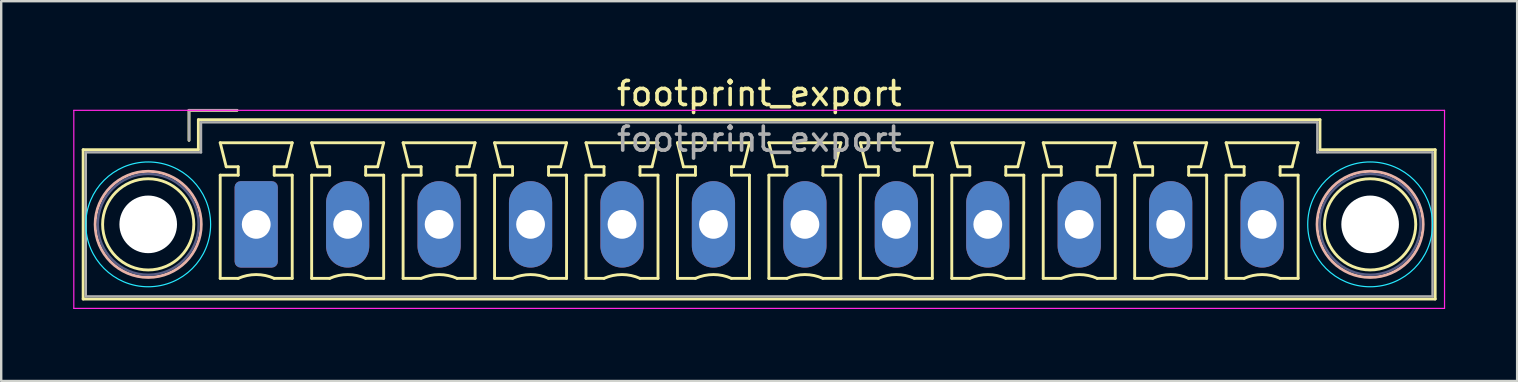
<source format=kicad_pcb>
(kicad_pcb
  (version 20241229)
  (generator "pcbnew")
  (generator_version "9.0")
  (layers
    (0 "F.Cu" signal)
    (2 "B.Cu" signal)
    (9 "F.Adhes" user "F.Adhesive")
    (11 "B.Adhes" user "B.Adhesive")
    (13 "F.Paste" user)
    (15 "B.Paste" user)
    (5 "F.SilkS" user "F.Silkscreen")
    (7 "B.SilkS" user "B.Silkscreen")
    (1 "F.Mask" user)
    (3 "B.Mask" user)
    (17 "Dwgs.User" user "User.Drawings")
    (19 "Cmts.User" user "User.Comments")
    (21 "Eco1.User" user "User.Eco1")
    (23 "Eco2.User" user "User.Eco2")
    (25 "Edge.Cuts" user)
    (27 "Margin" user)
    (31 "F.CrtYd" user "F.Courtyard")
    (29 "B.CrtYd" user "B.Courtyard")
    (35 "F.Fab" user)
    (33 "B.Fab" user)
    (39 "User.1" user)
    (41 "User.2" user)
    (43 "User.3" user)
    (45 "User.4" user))
  (footprint "footprint_export"
    (layer "F.Cu")
    (at 7.625 6.298)
    (property "Reference" "footprint_export" (at 20.96 -5.45 0) (layer "F.SilkS") (effects (font (size 1 1) (thickness 0.15))))
    (attr through_hole)
    (fp_line (start -7.21 -3.11) (end -7.21 3.11) (stroke (width 0.12) (type solid)) (layer "F.SilkS"))
    (fp_line (start -7.21 3.11) (end 49.12 3.11) (stroke (width 0.12) (type solid)) (layer "F.SilkS"))
    (fp_line (start -2.8 -4.75) (end -0.8 -4.75) (stroke (width 0.12) (type solid)) (layer "F.SilkS"))
    (fp_line (start -2.8 -3.5) (end -2.8 -4.75) (stroke (width 0.12) (type solid)) (layer "F.SilkS"))
    (fp_line (start -2.41 -4.36) (end -2.41 -3.11) (stroke (width 0.12) (type solid)) (layer "F.SilkS"))
    (fp_line (start -2.41 -3.11) (end -7.21 -3.11) (stroke (width 0.12) (type solid)) (layer "F.SilkS"))
    (fp_line (start -1.5 -3.4) (end 1.5 -3.4) (stroke (width 0.12) (type solid)) (layer "F.SilkS"))
    (fp_line (start -1.5 -2.05) (end -0.75 -2.05) (stroke (width 0.12) (type solid)) (layer "F.SilkS"))
    (fp_line (start -1.5 2.25) (end -1.5 -2.05) (stroke (width 0.12) (type solid)) (layer "F.SilkS"))
    (fp_line (start -1.25 -2.4) (end -1.5 -3.4) (stroke (width 0.12) (type solid)) (layer "F.SilkS"))
    (fp_line (start -0.75 -2.4) (end -1.25 -2.4) (stroke (width 0.12) (type solid)) (layer "F.SilkS"))
    (fp_line (start -0.75 -2.05) (end -0.75 -2.4) (stroke (width 0.12) (type solid)) (layer "F.SilkS"))
    (fp_line (start -0.75 2.25) (end -1.5 2.25) (stroke (width 0.12) (type solid)) (layer "F.SilkS"))
    (fp_line (start 0.75 -2.4) (end 0.75 -2.05) (stroke (width 0.12) (type solid)) (layer "F.SilkS"))
    (fp_line (start 0.75 -2.05) (end 1.5 -2.05) (stroke (width 0.12) (type solid)) (layer "F.SilkS"))
    (fp_line (start 1.25 -2.4) (end 0.75 -2.4) (stroke (width 0.12) (type solid)) (layer "F.SilkS"))
    (fp_line (start 1.5 -3.4) (end 1.25 -2.4) (stroke (width 0.12) (type solid)) (layer "F.SilkS"))
    (fp_line (start 1.5 -2.05) (end 1.5 2.25) (stroke (width 0.12) (type solid)) (layer "F.SilkS"))
    (fp_line (start 1.5 2.25) (end 0.75 2.25) (stroke (width 0.12) (type solid)) (layer "F.SilkS"))
    (fp_line (start 2.31 -3.4) (end 5.31 -3.4) (stroke (width 0.12) (type solid)) (layer "F.SilkS"))
    (fp_line (start 2.31 -2.05) (end 3.06 -2.05) (stroke (width 0.12) (type solid)) (layer "F.SilkS"))
    (fp_line (start 2.31 2.25) (end 2.31 -2.05) (stroke (width 0.12) (type solid)) (layer "F.SilkS"))
    (fp_line (start 2.56 -2.4) (end 2.31 -3.4) (stroke (width 0.12) (type solid)) (layer "F.SilkS"))
    (fp_line (start 3.06 -2.4) (end 2.56 -2.4) (stroke (width 0.12) (type solid)) (layer "F.SilkS"))
    (fp_line (start 3.06 -2.05) (end 3.06 -2.4) (stroke (width 0.12) (type solid)) (layer "F.SilkS"))
    (fp_line (start 3.06 2.25) (end 2.31 2.25) (stroke (width 0.12) (type solid)) (layer "F.SilkS"))
    (fp_line (start 4.56 -2.4) (end 4.56 -2.05) (stroke (width 0.12) (type solid)) (layer "F.SilkS"))
    (fp_line (start 4.56 -2.05) (end 5.31 -2.05) (stroke (width 0.12) (type solid)) (layer "F.SilkS"))
    (fp_line (start 5.06 -2.4) (end 4.56 -2.4) (stroke (width 0.12) (type solid)) (layer "F.SilkS"))
    (fp_line (start 5.31 -3.4) (end 5.06 -2.4) (stroke (width 0.12) (type solid)) (layer "F.SilkS"))
    (fp_line (start 5.31 -2.05) (end 5.31 2.25) (stroke (width 0.12) (type solid)) (layer "F.SilkS"))
    (fp_line (start 5.31 2.25) (end 4.56 2.25) (stroke (width 0.12) (type solid)) (layer "F.SilkS"))
    (fp_line (start 6.12 -3.4) (end 9.12 -3.4) (stroke (width 0.12) (type solid)) (layer "F.SilkS"))
    (fp_line (start 6.12 -2.05) (end 6.87 -2.05) (stroke (width 0.12) (type solid)) (layer "F.SilkS"))
    (fp_line (start 6.12 2.25) (end 6.12 -2.05) (stroke (width 0.12) (type solid)) (layer "F.SilkS"))
    (fp_line (start 6.37 -2.4) (end 6.12 -3.4) (stroke (width 0.12) (type solid)) (layer "F.SilkS"))
    (fp_line (start 6.87 -2.4) (end 6.37 -2.4) (stroke (width 0.12) (type solid)) (layer "F.SilkS"))
    (fp_line (start 6.87 -2.05) (end 6.87 -2.4) (stroke (width 0.12) (type solid)) (layer "F.SilkS"))
    (fp_line (start 6.87 2.25) (end 6.12 2.25) (stroke (width 0.12) (type solid)) (layer "F.SilkS"))
    (fp_line (start 8.37 -2.4) (end 8.37 -2.05) (stroke (width 0.12) (type solid)) (layer "F.SilkS"))
    (fp_line (start 8.37 -2.05) (end 9.12 -2.05) (stroke (width 0.12) (type solid)) (layer "F.SilkS"))
    (fp_line (start 8.87 -2.4) (end 8.37 -2.4) (stroke (width 0.12) (type solid)) (layer "F.SilkS"))
    (fp_line (start 9.12 -3.4) (end 8.87 -2.4) (stroke (width 0.12) (type solid)) (layer "F.SilkS"))
    (fp_line (start 9.12 -2.05) (end 9.12 2.25) (stroke (width 0.12) (type solid)) (layer "F.SilkS"))
    (fp_line (start 9.12 2.25) (end 8.37 2.25) (stroke (width 0.12) (type solid)) (layer "F.SilkS"))
    (fp_line (start 9.93 -3.4) (end 12.93 -3.4) (stroke (width 0.12) (type solid)) (layer "F.SilkS"))
    (fp_line (start 9.93 -2.05) (end 10.68 -2.05) (stroke (width 0.12) (type solid)) (layer "F.SilkS"))
    (fp_line (start 9.93 2.25) (end 9.93 -2.05) (stroke (width 0.12) (type solid)) (layer "F.SilkS"))
    (fp_line (start 10.18 -2.4) (end 9.93 -3.4) (stroke (width 0.12) (type solid)) (layer "F.SilkS"))
    (fp_line (start 10.68 -2.4) (end 10.18 -2.4) (stroke (width 0.12) (type solid)) (layer "F.SilkS"))
    (fp_line (start 10.68 -2.05) (end 10.68 -2.4) (stroke (width 0.12) (type solid)) (layer "F.SilkS"))
    (fp_line (start 10.68 2.25) (end 9.93 2.25) (stroke (width 0.12) (type solid)) (layer "F.SilkS"))
    (fp_line (start 12.18 -2.4) (end 12.18 -2.05) (stroke (width 0.12) (type solid)) (layer "F.SilkS"))
    (fp_line (start 12.18 -2.05) (end 12.93 -2.05) (stroke (width 0.12) (type solid)) (layer "F.SilkS"))
    (fp_line (start 12.68 -2.4) (end 12.18 -2.4) (stroke (width 0.12) (type solid)) (layer "F.SilkS"))
    (fp_line (start 12.93 -3.4) (end 12.68 -2.4) (stroke (width 0.12) (type solid)) (layer "F.SilkS"))
    (fp_line (start 12.93 -2.05) (end 12.93 2.25) (stroke (width 0.12) (type solid)) (layer "F.SilkS"))
    (fp_line (start 12.93 2.25) (end 12.18 2.25) (stroke (width 0.12) (type solid)) (layer "F.SilkS"))
    (fp_line (start 13.74 -3.4) (end 16.74 -3.4) (stroke (width 0.12) (type solid)) (layer "F.SilkS"))
    (fp_line (start 13.74 -2.05) (end 14.49 -2.05) (stroke (width 0.12) (type solid)) (layer "F.SilkS"))
    (fp_line (start 13.74 2.25) (end 13.74 -2.05) (stroke (width 0.12) (type solid)) (layer "F.SilkS"))
    (fp_line (start 13.99 -2.4) (end 13.74 -3.4) (stroke (width 0.12) (type solid)) (layer "F.SilkS"))
    (fp_line (start 14.49 -2.4) (end 13.99 -2.4) (stroke (width 0.12) (type solid)) (layer "F.SilkS"))
    (fp_line (start 14.49 -2.05) (end 14.49 -2.4) (stroke (width 0.12) (type solid)) (layer "F.SilkS"))
    (fp_line (start 14.49 2.25) (end 13.74 2.25) (stroke (width 0.12) (type solid)) (layer "F.SilkS"))
    (fp_line (start 15.99 -2.4) (end 15.99 -2.05) (stroke (width 0.12) (type solid)) (layer "F.SilkS"))
    (fp_line (start 15.99 -2.05) (end 16.74 -2.05) (stroke (width 0.12) (type solid)) (layer "F.SilkS"))
    (fp_line (start 16.49 -2.4) (end 15.99 -2.4) (stroke (width 0.12) (type solid)) (layer "F.SilkS"))
    (fp_line (start 16.74 -3.4) (end 16.49 -2.4) (stroke (width 0.12) (type solid)) (layer "F.SilkS"))
    (fp_line (start 16.74 -2.05) (end 16.74 2.25) (stroke (width 0.12) (type solid)) (layer "F.SilkS"))
    (fp_line (start 16.74 2.25) (end 15.99 2.25) (stroke (width 0.12) (type solid)) (layer "F.SilkS"))
    (fp_line (start 17.55 -3.4) (end 20.55 -3.4) (stroke (width 0.12) (type solid)) (layer "F.SilkS"))
    (fp_line (start 17.55 -2.05) (end 18.3 -2.05) (stroke (width 0.12) (type solid)) (layer "F.SilkS"))
    (fp_line (start 17.55 2.25) (end 17.55 -2.05) (stroke (width 0.12) (type solid)) (layer "F.SilkS"))
    (fp_line (start 17.8 -2.4) (end 17.55 -3.4) (stroke (width 0.12) (type solid)) (layer "F.SilkS"))
    (fp_line (start 18.3 -2.4) (end 17.8 -2.4) (stroke (width 0.12) (type solid)) (layer "F.SilkS"))
    (fp_line (start 18.3 -2.05) (end 18.3 -2.4) (stroke (width 0.12) (type solid)) (layer "F.SilkS"))
    (fp_line (start 18.3 2.25) (end 17.55 2.25) (stroke (width 0.12) (type solid)) (layer "F.SilkS"))
    (fp_line (start 19.8 -2.4) (end 19.8 -2.05) (stroke (width 0.12) (type solid)) (layer "F.SilkS"))
    (fp_line (start 19.8 -2.05) (end 20.55 -2.05) (stroke (width 0.12) (type solid)) (layer "F.SilkS"))
    (fp_line (start 20.3 -2.4) (end 19.8 -2.4) (stroke (width 0.12) (type solid)) (layer "F.SilkS"))
    (fp_line (start 20.55 -3.4) (end 20.3 -2.4) (stroke (width 0.12) (type solid)) (layer "F.SilkS"))
    (fp_line (start 20.55 -2.05) (end 20.55 2.25) (stroke (width 0.12) (type solid)) (layer "F.SilkS"))
    (fp_line (start 20.55 2.25) (end 19.8 2.25) (stroke (width 0.12) (type solid)) (layer "F.SilkS"))
    (fp_line (start 21.36 -3.4) (end 24.36 -3.4) (stroke (width 0.12) (type solid)) (layer "F.SilkS"))
    (fp_line (start 21.36 -2.05) (end 22.11 -2.05) (stroke (width 0.12) (type solid)) (layer "F.SilkS"))
    (fp_line (start 21.36 2.25) (end 21.36 -2.05) (stroke (width 0.12) (type solid)) (layer "F.SilkS"))
    (fp_line (start 21.61 -2.4) (end 21.36 -3.4) (stroke (width 0.12) (type solid)) (layer "F.SilkS"))
    (fp_line (start 22.11 -2.4) (end 21.61 -2.4) (stroke (width 0.12) (type solid)) (layer "F.SilkS"))
    (fp_line (start 22.11 -2.05) (end 22.11 -2.4) (stroke (width 0.12) (type solid)) (layer "F.SilkS"))
    (fp_line (start 22.11 2.25) (end 21.36 2.25) (stroke (width 0.12) (type solid)) (layer "F.SilkS"))
    (fp_line (start 23.61 -2.4) (end 23.61 -2.05) (stroke (width 0.12) (type solid)) (layer "F.SilkS"))
    (fp_line (start 23.61 -2.05) (end 24.36 -2.05) (stroke (width 0.12) (type solid)) (layer "F.SilkS"))
    (fp_line (start 24.11 -2.4) (end 23.61 -2.4) (stroke (width 0.12) (type solid)) (layer "F.SilkS"))
    (fp_line (start 24.36 -3.4) (end 24.11 -2.4) (stroke (width 0.12) (type solid)) (layer "F.SilkS"))
    (fp_line (start 24.36 -2.05) (end 24.36 2.25) (stroke (width 0.12) (type solid)) (layer "F.SilkS"))
    (fp_line (start 24.36 2.25) (end 23.61 2.25) (stroke (width 0.12) (type solid)) (layer "F.SilkS"))
    (fp_line (start 25.17 -3.4) (end 28.17 -3.4) (stroke (width 0.12) (type solid)) (layer "F.SilkS"))
    (fp_line (start 25.17 -2.05) (end 25.92 -2.05) (stroke (width 0.12) (type solid)) (layer "F.SilkS"))
    (fp_line (start 25.17 2.25) (end 25.17 -2.05) (stroke (width 0.12) (type solid)) (layer "F.SilkS"))
    (fp_line (start 25.42 -2.4) (end 25.17 -3.4) (stroke (width 0.12) (type solid)) (layer "F.SilkS"))
    (fp_line (start 25.92 -2.4) (end 25.42 -2.4) (stroke (width 0.12) (type solid)) (layer "F.SilkS"))
    (fp_line (start 25.92 -2.05) (end 25.92 -2.4) (stroke (width 0.12) (type solid)) (layer "F.SilkS"))
    (fp_line (start 25.92 2.25) (end 25.17 2.25) (stroke (width 0.12) (type solid)) (layer "F.SilkS"))
    (fp_line (start 27.42 -2.4) (end 27.42 -2.05) (stroke (width 0.12) (type solid)) (layer "F.SilkS"))
    (fp_line (start 27.42 -2.05) (end 28.17 -2.05) (stroke (width 0.12) (type solid)) (layer "F.SilkS"))
    (fp_line (start 27.92 -2.4) (end 27.42 -2.4) (stroke (width 0.12) (type solid)) (layer "F.SilkS"))
    (fp_line (start 28.17 -3.4) (end 27.92 -2.4) (stroke (width 0.12) (type solid)) (layer "F.SilkS"))
    (fp_line (start 28.17 -2.05) (end 28.17 2.25) (stroke (width 0.12) (type solid)) (layer "F.SilkS"))
    (fp_line (start 28.17 2.25) (end 27.42 2.25) (stroke (width 0.12) (type solid)) (layer "F.SilkS"))
    (fp_line (start 28.98 -3.4) (end 31.98 -3.4) (stroke (width 0.12) (type solid)) (layer "F.SilkS"))
    (fp_line (start 28.98 -2.05) (end 29.73 -2.05) (stroke (width 0.12) (type solid)) (layer "F.SilkS"))
    (fp_line (start 28.98 2.25) (end 28.98 -2.05) (stroke (width 0.12) (type solid)) (layer "F.SilkS"))
    (fp_line (start 29.23 -2.4) (end 28.98 -3.4) (stroke (width 0.12) (type solid)) (layer "F.SilkS"))
    (fp_line (start 29.73 -2.4) (end 29.23 -2.4) (stroke (width 0.12) (type solid)) (layer "F.SilkS"))
    (fp_line (start 29.73 -2.05) (end 29.73 -2.4) (stroke (width 0.12) (type solid)) (layer "F.SilkS"))
    (fp_line (start 29.73 2.25) (end 28.98 2.25) (stroke (width 0.12) (type solid)) (layer "F.SilkS"))
    (fp_line (start 31.23 -2.4) (end 31.23 -2.05) (stroke (width 0.12) (type solid)) (layer "F.SilkS"))
    (fp_line (start 31.23 -2.05) (end 31.98 -2.05) (stroke (width 0.12) (type solid)) (layer "F.SilkS"))
    (fp_line (start 31.73 -2.4) (end 31.23 -2.4) (stroke (width 0.12) (type solid)) (layer "F.SilkS"))
    (fp_line (start 31.98 -3.4) (end 31.73 -2.4) (stroke (width 0.12) (type solid)) (layer "F.SilkS"))
    (fp_line (start 31.98 -2.05) (end 31.98 2.25) (stroke (width 0.12) (type solid)) (layer "F.SilkS"))
    (fp_line (start 31.98 2.25) (end 31.23 2.25) (stroke (width 0.12) (type solid)) (layer "F.SilkS"))
    (fp_line (start 32.79 -3.4) (end 35.79 -3.4) (stroke (width 0.12) (type solid)) (layer "F.SilkS"))
    (fp_line (start 32.79 -2.05) (end 33.54 -2.05) (stroke (width 0.12) (type solid)) (layer "F.SilkS"))
    (fp_line (start 32.79 2.25) (end 32.79 -2.05) (stroke (width 0.12) (type solid)) (layer "F.SilkS"))
    (fp_line (start 33.04 -2.4) (end 32.79 -3.4) (stroke (width 0.12) (type solid)) (layer "F.SilkS"))
    (fp_line (start 33.54 -2.4) (end 33.04 -2.4) (stroke (width 0.12) (type solid)) (layer "F.SilkS"))
    (fp_line (start 33.54 -2.05) (end 33.54 -2.4) (stroke (width 0.12) (type solid)) (layer "F.SilkS"))
    (fp_line (start 33.54 2.25) (end 32.79 2.25) (stroke (width 0.12) (type solid)) (layer "F.SilkS"))
    (fp_line (start 35.04 -2.4) (end 35.04 -2.05) (stroke (width 0.12) (type solid)) (layer "F.SilkS"))
    (fp_line (start 35.04 -2.05) (end 35.79 -2.05) (stroke (width 0.12) (type solid)) (layer "F.SilkS"))
    (fp_line (start 35.54 -2.4) (end 35.04 -2.4) (stroke (width 0.12) (type solid)) (layer "F.SilkS"))
    (fp_line (start 35.79 -3.4) (end 35.54 -2.4) (stroke (width 0.12) (type solid)) (layer "F.SilkS"))
    (fp_line (start 35.79 -2.05) (end 35.79 2.25) (stroke (width 0.12) (type solid)) (layer "F.SilkS"))
    (fp_line (start 35.79 2.25) (end 35.04 2.25) (stroke (width 0.12) (type solid)) (layer "F.SilkS"))
    (fp_line (start 36.6 -3.4) (end 39.6 -3.4) (stroke (width 0.12) (type solid)) (layer "F.SilkS"))
    (fp_line (start 36.6 -2.05) (end 37.35 -2.05) (stroke (width 0.12) (type solid)) (layer "F.SilkS"))
    (fp_line (start 36.6 2.25) (end 36.6 -2.05) (stroke (width 0.12) (type solid)) (layer "F.SilkS"))
    (fp_line (start 36.85 -2.4) (end 36.6 -3.4) (stroke (width 0.12) (type solid)) (layer "F.SilkS"))
    (fp_line (start 37.35 -2.4) (end 36.85 -2.4) (stroke (width 0.12) (type solid)) (layer "F.SilkS"))
    (fp_line (start 37.35 -2.05) (end 37.35 -2.4) (stroke (width 0.12) (type solid)) (layer "F.SilkS"))
    (fp_line (start 37.35 2.25) (end 36.6 2.25) (stroke (width 0.12) (type solid)) (layer "F.SilkS"))
    (fp_line (start 38.85 -2.4) (end 38.85 -2.05) (stroke (width 0.12) (type solid)) (layer "F.SilkS"))
    (fp_line (start 38.85 -2.05) (end 39.6 -2.05) (stroke (width 0.12) (type solid)) (layer "F.SilkS"))
    (fp_line (start 39.35 -2.4) (end 38.85 -2.4) (stroke (width 0.12) (type solid)) (layer "F.SilkS"))
    (fp_line (start 39.6 -3.4) (end 39.35 -2.4) (stroke (width 0.12) (type solid)) (layer "F.SilkS"))
    (fp_line (start 39.6 -2.05) (end 39.6 2.25) (stroke (width 0.12) (type solid)) (layer "F.SilkS"))
    (fp_line (start 39.6 2.25) (end 38.85 2.25) (stroke (width 0.12) (type solid)) (layer "F.SilkS"))
    (fp_line (start 40.41 -3.4) (end 43.41 -3.4) (stroke (width 0.12) (type solid)) (layer "F.SilkS"))
    (fp_line (start 40.41 -2.05) (end 41.16 -2.05) (stroke (width 0.12) (type solid)) (layer "F.SilkS"))
    (fp_line (start 40.41 2.25) (end 40.41 -2.05) (stroke (width 0.12) (type solid)) (layer "F.SilkS"))
    (fp_line (start 40.66 -2.4) (end 40.41 -3.4) (stroke (width 0.12) (type solid)) (layer "F.SilkS"))
    (fp_line (start 41.16 -2.4) (end 40.66 -2.4) (stroke (width 0.12) (type solid)) (layer "F.SilkS"))
    (fp_line (start 41.16 -2.05) (end 41.16 -2.4) (stroke (width 0.12) (type solid)) (layer "F.SilkS"))
    (fp_line (start 41.16 2.25) (end 40.41 2.25) (stroke (width 0.12) (type solid)) (layer "F.SilkS"))
    (fp_line (start 42.66 -2.4) (end 42.66 -2.05) (stroke (width 0.12) (type solid)) (layer "F.SilkS"))
    (fp_line (start 42.66 -2.05) (end 43.41 -2.05) (stroke (width 0.12) (type solid)) (layer "F.SilkS"))
    (fp_line (start 43.16 -2.4) (end 42.66 -2.4) (stroke (width 0.12) (type solid)) (layer "F.SilkS"))
    (fp_line (start 43.41 -3.4) (end 43.16 -2.4) (stroke (width 0.12) (type solid)) (layer "F.SilkS"))
    (fp_line (start 43.41 -2.05) (end 43.41 2.25) (stroke (width 0.12) (type solid)) (layer "F.SilkS"))
    (fp_line (start 43.41 2.25) (end 42.66 2.25) (stroke (width 0.12) (type solid)) (layer "F.SilkS"))
    (fp_line (start 44.32 -4.36) (end -2.41 -4.36) (stroke (width 0.12) (type solid)) (layer "F.SilkS"))
    (fp_line (start 44.32 -3.11) (end 44.32 -4.36) (stroke (width 0.12) (type solid)) (layer "F.SilkS"))
    (fp_line (start 49.12 -3.11) (end 44.32 -3.11) (stroke (width 0.12) (type solid)) (layer "F.SilkS"))
    (fp_line (start 49.12 3.11) (end 49.12 -3.11) (stroke (width 0.12) (type solid)) (layer "F.SilkS"))
    (fp_arc (start -0.75 2.25) (mid -0.000193 2.09191) (end 0.749647 2.249844) (stroke (width 0.12) (type solid)) (layer "F.SilkS"))
    (fp_arc (start 3.06 2.25) (mid 3.809807 2.09191) (end 4.559647 2.249844) (stroke (width 0.12) (type solid)) (layer "F.SilkS"))
    (fp_arc (start 6.87 2.25) (mid 7.619807 2.09191) (end 8.369647 2.249844) (stroke (width 0.12) (type solid)) (layer "F.SilkS"))
    (fp_arc (start 10.68 2.25) (mid 11.429807 2.09191) (end 12.179647 2.249844) (stroke (width 0.12) (type solid)) (layer "F.SilkS"))
    (fp_arc (start 14.49 2.25) (mid 15.239807 2.09191) (end 15.989647 2.249844) (stroke (width 0.12) (type solid)) (layer "F.SilkS"))
    (fp_arc (start 18.3 2.25) (mid 19.049807 2.09191) (end 19.799647 2.249844) (stroke (width 0.12) (type solid)) (layer "F.SilkS"))
    (fp_arc (start 22.11 2.25) (mid 22.859807 2.09191) (end 23.609647 2.249844) (stroke (width 0.12) (type solid)) (layer "F.SilkS"))
    (fp_arc (start 25.92 2.25) (mid 26.669807 2.09191) (end 27.419647 2.249844) (stroke (width 0.12) (type solid)) (layer "F.SilkS"))
    (fp_arc (start 29.73 2.25) (mid 30.479807 2.09191) (end 31.229647 2.249844) (stroke (width 0.12) (type solid)) (layer "F.SilkS"))
    (fp_arc (start 33.54 2.25) (mid 34.289807 2.09191) (end 35.039647 2.249844) (stroke (width 0.12) (type solid)) (layer "F.SilkS"))
    (fp_arc (start 37.35 2.25) (mid 38.099807 2.09191) (end 38.849647 2.249844) (stroke (width 0.12) (type solid)) (layer "F.SilkS"))
    (fp_arc (start 41.16 2.25) (mid 41.909807 2.09191) (end 42.659647 2.249844) (stroke (width 0.12) (type solid)) (layer "F.SilkS"))
    (fp_circle (center -4.5 0) (end -2.6 0) (stroke (width 0.12) (type solid)) (fill no) (layer "F.SilkS"))
    (fp_circle (center 46.41 0) (end 48.31 0) (stroke (width 0.12) (type solid)) (fill no) (layer "F.SilkS"))
    (fp_circle (center -4.5 0) (end -2.29 0) (stroke (width 0.12) (type solid)) (fill no) (layer "B.SilkS"))
    (fp_circle (center 46.41 0) (end 48.62 0) (stroke (width 0.12) (type solid)) (fill no) (layer "B.SilkS"))
    (fp_circle (center -4.5 0) (end -1.9 0) (stroke (width 0.05) (type solid)) (fill no) (layer "B.CrtYd"))
    (fp_circle (center 46.41 0) (end 49.01 0) (stroke (width 0.05) (type solid)) (fill no) (layer "B.CrtYd"))
    (fp_line (start -7.6 -4.75) (end -7.6 3.5) (stroke (width 0.05) (type solid)) (layer "F.CrtYd"))
    (fp_line (start -7.6 3.5) (end 49.51 3.5) (stroke (width 0.05) (type solid)) (layer "F.CrtYd"))
    (fp_line (start 49.51 -4.75) (end -7.6 -4.75) (stroke (width 0.05) (type solid)) (layer "F.CrtYd"))
    (fp_line (start 49.51 3.5) (end 49.51 -4.75) (stroke (width 0.05) (type solid)) (layer "F.CrtYd"))
    (fp_circle (center -4.5 0) (end -2.4 0) (stroke (width 0.1) (type solid)) (fill no) (layer "B.Fab"))
    (fp_circle (center 46.41 0) (end 48.51 0) (stroke (width 0.1) (type solid)) (fill no) (layer "B.Fab"))
    (fp_line (start -7.1 -3) (end -7.1 3) (stroke (width 0.1) (type solid)) (layer "F.Fab"))
    (fp_line (start -7.1 3) (end 49.01 3) (stroke (width 0.1) (type solid)) (layer "F.Fab"))
    (fp_line (start -2.8 -4.75) (end -0.8 -4.75) (stroke (width 0.1) (type solid)) (layer "F.Fab"))
    (fp_line (start -2.8 -3.5) (end -2.8 -4.75) (stroke (width 0.1) (type solid)) (layer "F.Fab"))
    (fp_line (start -2.3 -4.25) (end -2.3 -3) (stroke (width 0.1) (type solid)) (layer "F.Fab"))
    (fp_line (start -2.3 -3) (end -7.1 -3) (stroke (width 0.1) (type solid)) (layer "F.Fab"))
    (fp_line (start 44.21 -4.25) (end -2.3 -4.25) (stroke (width 0.1) (type solid)) (layer "F.Fab"))
    (fp_line (start 44.21 -3) (end 44.21 -4.25) (stroke (width 0.1) (type solid)) (layer "F.Fab"))
    (fp_line (start 49.01 -3) (end 44.21 -3) (stroke (width 0.1) (type solid)) (layer "F.Fab"))
    (fp_line (start 49.01 3) (end 49.01 -3) (stroke (width 0.1) (type solid)) (layer "F.Fab"))
    (fp_text user "${REFERENCE}" (at 20.96 -3.55 0) (layer "F.Fab") (effects (font (size 1 1) (thickness 0.15))))
    (pad "" np_thru_hole circle (at -4.5 0) (size 2.4 2.4) (drill 2.4) (layers "*.Cu" "*.Mask"))
    (pad "" np_thru_hole circle (at 46.41 0) (size 2.4 2.4) (drill 2.4) (layers "*.Cu" "*.Mask"))
    (pad "1" thru_hole roundrect (at 0 0) (size 1.8 3.6) (drill 1.2) (layers "*.Cu" "*.Mask") (roundrect_rratio 0.139))
    (pad "2" thru_hole oval (at 3.81 0) (size 1.8 3.6) (drill 1.2) (layers "*.Cu" "*.Mask"))
    (pad "3" thru_hole oval (at 7.62 0) (size 1.8 3.6) (drill 1.2) (layers "*.Cu" "*.Mask"))
    (pad "4" thru_hole oval (at 11.43 0) (size 1.8 3.6) (drill 1.2) (layers "*.Cu" "*.Mask"))
    (pad "5" thru_hole oval (at 15.24 0) (size 1.8 3.6) (drill 1.2) (layers "*.Cu" "*.Mask"))
    (pad "6" thru_hole oval (at 19.05 0) (size 1.8 3.6) (drill 1.2) (layers "*.Cu" "*.Mask"))
    (pad "7" thru_hole oval (at 22.86 0) (size 1.8 3.6) (drill 1.2) (layers "*.Cu" "*.Mask"))
    (pad "8" thru_hole oval (at 26.67 0) (size 1.8 3.6) (drill 1.2) (layers "*.Cu" "*.Mask"))
    (pad "9" thru_hole oval (at 30.48 0) (size 1.8 3.6) (drill 1.2) (layers "*.Cu" "*.Mask"))
    (pad "10" thru_hole oval (at 34.29 0) (size 1.8 3.6) (drill 1.2) (layers "*.Cu" "*.Mask"))
    (pad "11" thru_hole oval (at 38.1 0) (size 1.8 3.6) (drill 1.2) (layers "*.Cu" "*.Mask"))
    (pad "12" thru_hole oval (at 41.91 0) (size 1.8 3.6) (drill 1.2) (layers "*.Cu" "*.Mask")))
  (gr_rect
    (start -3 -3)
    (end 60.16 12.823)
    (stroke (width 0.1) (type default))
    (fill no)
    (layer "Edge.Cuts")))
</source>
